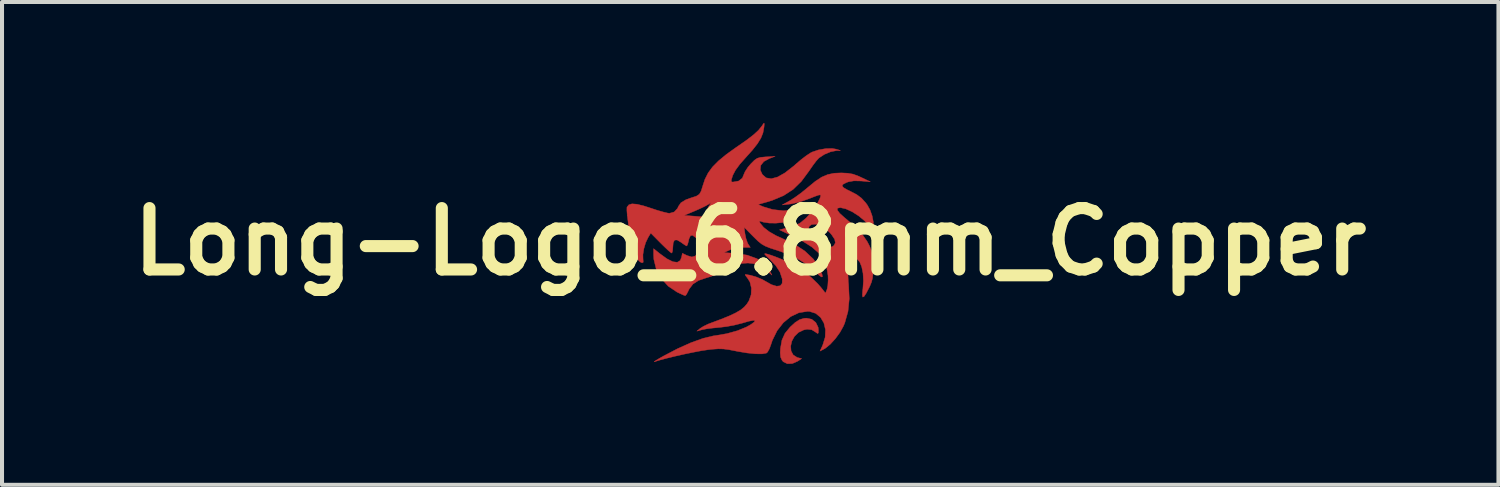
<source format=kicad_pcb>
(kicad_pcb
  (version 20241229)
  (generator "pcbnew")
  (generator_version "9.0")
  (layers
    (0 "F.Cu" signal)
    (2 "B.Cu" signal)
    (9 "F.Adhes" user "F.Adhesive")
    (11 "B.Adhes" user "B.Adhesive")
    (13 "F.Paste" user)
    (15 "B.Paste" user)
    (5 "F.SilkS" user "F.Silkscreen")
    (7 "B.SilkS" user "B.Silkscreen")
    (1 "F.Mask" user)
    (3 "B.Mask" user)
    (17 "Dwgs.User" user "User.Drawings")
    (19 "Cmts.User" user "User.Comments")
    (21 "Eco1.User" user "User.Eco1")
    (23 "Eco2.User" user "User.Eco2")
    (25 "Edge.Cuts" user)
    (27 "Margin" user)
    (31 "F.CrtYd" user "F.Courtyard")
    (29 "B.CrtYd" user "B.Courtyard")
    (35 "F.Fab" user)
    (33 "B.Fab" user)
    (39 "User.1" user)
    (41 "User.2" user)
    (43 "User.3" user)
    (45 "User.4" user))
  (footprint "Long-Logo_6.8mm_Copper"
    (layer "F.Cu")
    (at 15.574 2.95)
    (property "Reference" "Long-Logo_6.8mm_Copper" (at 0 0 0) (layer "F.SilkS") (effects (font (size 1.524 1.524) (thickness 0.3))))
    (attr through_hole)
    (fp_poly (pts (xy 1.526 1.925) (xy 1.628 2.006) (xy 1.686 2.126) (xy 1.693 2.195) (xy 1.69 2.267) (xy 1.67 2.279) (xy 1.632 2.251) (xy 1.526 2.185) (xy 1.412 2.173) (xy 1.328 2.19) (xy 1.198 2.252) (xy 1.098 2.35) (xy 1.033 2.468) (xy 1.004 2.593) (xy 1.014 2.712) (xy 1.066 2.81) (xy 1.164 2.873) (xy 1.185 2.879) (xy 1.276 2.902) (xy 1.176 2.968) (xy 1.045 3.025) (xy 0.921 3.029) (xy 0.821 2.981) (xy 0.79 2.945) (xy 0.754 2.865) (xy 0.744 2.758) (xy 0.75 2.65) (xy 0.787 2.443) (xy 0.863 2.275) (xy 0.991 2.119) (xy 0.992 2.118) (xy 1.119 2.002) (xy 1.227 1.934) (xy 1.335 1.903) (xy 1.394 1.898) (xy 1.526 1.925)) (stroke (width 0.01) (type solid)) (fill yes) (layer "F.Cu"))
    (fp_poly (pts (xy 2.424 -1.7) (xy 2.553 -1.677) (xy 2.683 -1.629) (xy 2.755 -1.596) (xy 2.981 -1.488) (xy 2.752 -1.507) (xy 2.575 -1.511) (xy 2.438 -1.487) (xy 2.388 -1.469) (xy 2.306 -1.427) (xy 2.28 -1.387) (xy 2.315 -1.343) (xy 2.411 -1.287) (xy 2.482 -1.253) (xy 2.642 -1.17) (xy 2.761 -1.081) (xy 2.867 -0.964) (xy 2.903 -0.916) (xy 2.973 -0.791) (xy 3.027 -0.638) (xy 3.056 -0.487) (xy 3.053 -0.364) (xy 3.051 -0.357) (xy 3.036 -0.306) (xy 3.016 -0.301) (xy 2.979 -0.348) (xy 2.947 -0.394) (xy 2.838 -0.52) (xy 2.693 -0.64) (xy 2.532 -0.743) (xy 2.375 -0.815) (xy 2.24 -0.846) (xy 2.231 -0.846) (xy 2.165 -0.831) (xy 2.162 -0.784) (xy 2.221 -0.705) (xy 2.343 -0.595) (xy 2.376 -0.568) (xy 2.603 -0.373) (xy 2.775 -0.19) (xy 2.903 -0.005) (xy 2.959 0.102) (xy 3.006 0.214) (xy 3.034 0.32) (xy 3.048 0.443) (xy 3.052 0.61) (xy 3.052 0.617) (xy 3.049 0.783) (xy 3.036 0.903) (xy 3.01 1.004) (xy 2.966 1.11) (xy 2.954 1.134) (xy 2.878 1.28) (xy 2.825 1.36) (xy 2.793 1.375) (xy 2.783 1.324) (xy 2.791 1.208) (xy 2.796 1.174) (xy 2.81 0.97) (xy 2.8 0.785) (xy 2.768 0.626) (xy 2.719 0.505) (xy 2.654 0.43) (xy 2.578 0.41) (xy 2.538 0.424) (xy 2.475 0.488) (xy 2.437 0.6) (xy 2.424 0.765) (xy 2.434 0.991) (xy 2.441 1.063) (xy 2.458 1.416) (xy 2.427 1.73) (xy 2.347 2.015) (xy 2.313 2.096) (xy 2.228 2.25) (xy 2.114 2.406) (xy 1.987 2.545) (xy 1.865 2.645) (xy 1.829 2.666) (xy 1.732 2.716) (xy 1.8 2.566) (xy 1.86 2.372) (xy 1.868 2.186) (xy 1.828 2.017) (xy 1.745 1.878) (xy 1.625 1.779) (xy 1.472 1.731) (xy 1.423 1.729) (xy 1.208 1.763) (xy 1.005 1.859) (xy 0.821 2.011) (xy 0.667 2.209) (xy 0.55 2.446) (xy 0.517 2.545) (xy 0.476 2.656) (xy 0.432 2.737) (xy 0.403 2.765) (xy 0.294 2.785) (xy 0.13 2.783) (xy -0.077 2.762) (xy -0.314 2.723) (xy -0.356 2.714) (xy -0.53 2.68) (xy -0.666 2.662) (xy -0.791 2.659) (xy -0.935 2.669) (xy -1.05 2.682) (xy -1.205 2.705) (xy -1.404 2.743) (xy -1.628 2.789) (xy -1.859 2.841) (xy -2.076 2.894) (xy -2.26 2.943) (xy -2.381 2.981) (xy -2.383 2.976) (xy -2.333 2.942) (xy -2.239 2.887) (xy -2.152 2.838) (xy -1.798 2.653) (xy -1.469 2.506) (xy -1.173 2.4) (xy -0.917 2.338) (xy -0.854 2.329) (xy -0.578 2.282) (xy -0.316 2.209) (xy -0.09 2.116) (xy 0.017 2.055) (xy 0.1 1.994) (xy 0.118 1.96) (xy 0.073 1.953) (xy -0.035 1.974) (xy -0.201 2.022) (xy -0.379 2.067) (xy -0.584 2.106) (xy -0.772 2.129) (xy -0.776 2.129) (xy -0.932 2.144) (xy -1.077 2.162) (xy -1.183 2.182) (xy -1.199 2.186) (xy -1.323 2.22) (xy -1.243 2.153) (xy -1.161 2.101) (xy -1.048 2.046) (xy -0.996 2.026) (xy -0.729 1.926) (xy -0.52 1.842) (xy -0.361 1.767) (xy -0.241 1.697) (xy -0.152 1.625) (xy -0.084 1.548) (xy -0.033 1.469) (xy 0.022 1.316) (xy 0.029 1.151) (xy -0.008 0.998) (xy -0.072 0.898) (xy -0.117 0.841) (xy -0.124 0.813) (xy -0.121 0.812) (xy 0.004 0.832) (xy 0.155 0.877) (xy 0.298 0.937) (xy 0.367 0.976) (xy 0.527 1.066) (xy 0.655 1.105) (xy 0.745 1.094) (xy 0.793 1.034) (xy 0.795 0.926) (xy 0.794 0.922) (xy 0.738 0.754) (xy 0.631 0.589) (xy 0.476 0.427) (xy 0.392 0.348) (xy 0.357 0.307) (xy 0.366 0.295) (xy 0.414 0.304) (xy 0.415 0.304) (xy 0.526 0.338) (xy 0.676 0.394) (xy 0.841 0.462) (xy 0.999 0.533) (xy 1.125 0.596) (xy 1.164 0.619) (xy 1.337 0.74) (xy 1.514 0.887) (xy 1.67 1.038) (xy 1.753 1.132) (xy 1.868 1.278) (xy 1.908 1.177) (xy 1.926 1.087) (xy 1.934 0.957) (xy 1.931 0.84) (xy 1.897 0.631) (xy 1.823 0.447) (xy 1.703 0.283) (xy 1.529 0.131) (xy 1.297 -0.016) (xy 1.075 -0.129) (xy 0.726 -0.294) (xy 0.781 -0.309) (xy 1.445 -0.309) (xy 1.474 -0.207) (xy 1.56 -0.084) (xy 1.683 0.029) (xy 1.813 0.105) (xy 1.936 0.138) (xy 2.037 0.124) (xy 2.074 0.099) (xy 2.113 0.028) (xy 2.096 -0.06) (xy 2.021 -0.173) (xy 1.972 -0.23) (xy 1.846 -0.341) (xy 1.723 -0.408) (xy 1.613 -0.436) (xy 1.523 -0.426) (xy 1.464 -0.383) (xy 1.445 -0.309) (xy 0.781 -0.309) (xy 0.943 -0.353) (xy 1.072 -0.393) (xy 1.184 -0.436) (xy 1.241 -0.466) (xy 1.385 -0.584) (xy 1.526 -0.74) (xy 1.647 -0.911) (xy 1.73 -1.075) (xy 1.743 -1.115) (xy 1.75 -1.149) (xy 1.737 -1.163) (xy 1.692 -1.156) (xy 1.605 -1.125) (xy 1.474 -1.073) (xy 1.313 -1.016) (xy 1.149 -0.968) (xy 1.012 -0.938) (xy 0.988 -0.935) (xy 0.794 -0.913) (xy 0.988 -1.021) (xy 1.107 -1.097) (xy 1.252 -1.202) (xy 1.394 -1.316) (xy 1.429 -1.346) (xy 1.614 -1.498) (xy 1.773 -1.603) (xy 1.923 -1.667) (xy 2.081 -1.7) (xy 2.261 -1.708) (xy 2.424 -1.7)) (stroke (width 0.01) (type solid)) (fill yes) (layer "F.Cu"))
    (fp_poly (pts (xy 0.349 -2.928) (xy 0.343 -2.851) (xy 0.341 -2.836) (xy 0.316 -2.701) (xy 0.264 -2.571) (xy 0.179 -2.433) (xy 0.053 -2.273) (xy -0.09 -2.114) (xy -0.256 -1.927) (xy -0.368 -1.774) (xy -0.432 -1.652) (xy -0.435 -1.643) (xy -0.466 -1.546) (xy -0.471 -1.499) (xy -0.451 -1.483) (xy -0.423 -1.482) (xy -0.287 -1.507) (xy -0.196 -1.579) (xy -0.164 -1.657) (xy -0.128 -1.741) (xy -0.058 -1.848) (xy 0.012 -1.93) (xy 0.101 -2.02) (xy 0.172 -2.07) (xy 0.253 -2.094) (xy 0.372 -2.105) (xy 0.392 -2.106) (xy 0.617 -2.119) (xy 0.477 -2.066) (xy 0.337 -1.99) (xy 0.26 -1.893) (xy 0.249 -1.781) (xy 0.3 -1.669) (xy 0.396 -1.585) (xy 0.523 -1.564) (xy 0.68 -1.606) (xy 0.865 -1.711) (xy 1.08 -1.879) (xy 1.129 -1.923) (xy 1.258 -2.033) (xy 1.387 -2.132) (xy 1.494 -2.203) (xy 1.535 -2.225) (xy 1.696 -2.279) (xy 1.872 -2.31) (xy 2.036 -2.314) (xy 2.134 -2.297) (xy 2.24 -2.264) (xy 2.142 -2.261) (xy 2 -2.234) (xy 1.845 -2.17) (xy 1.713 -2.084) (xy 1.698 -2.071) (xy 1.638 -2.004) (xy 1.557 -1.897) (xy 1.472 -1.774) (xy 1.46 -1.756) (xy 1.269 -1.498) (xy 1.064 -1.298) (xy 0.827 -1.144) (xy 0.545 -1.026) (xy 0.411 -0.985) (xy 0.194 -0.924) (xy 0.321 -0.869) (xy 0.559 -0.798) (xy 0.822 -0.769) (xy 1.084 -0.784) (xy 1.315 -0.843) (xy 1.381 -0.865) (xy 1.395 -0.853) (xy 1.376 -0.812) (xy 1.3 -0.72) (xy 1.178 -0.625) (xy 1.032 -0.544) (xy 0.954 -0.512) (xy 0.811 -0.478) (xy 0.64 -0.461) (xy 0.471 -0.463) (xy 0.332 -0.484) (xy 0.301 -0.493) (xy 0.239 -0.513) (xy 0.229 -0.497) (xy 0.246 -0.461) (xy 0.331 -0.357) (xy 0.469 -0.249) (xy 0.646 -0.148) (xy 0.777 -0.09) (xy 1.09 0.057) (xy 1.354 0.231) (xy 1.564 0.428) (xy 1.711 0.642) (xy 1.732 0.686) (xy 1.782 0.807) (xy 1.793 0.87) (xy 1.765 0.875) (xy 1.696 0.822) (xy 1.62 0.748) (xy 1.413 0.569) (xy 1.165 0.416) (xy 0.866 0.283) (xy 0.653 0.209) (xy 0.489 0.156) (xy 0.373 0.109) (xy 0.282 0.057) (xy 0.195 -0.013) (xy 0.092 -0.113) (xy 0.074 -0.131) (xy -0.152 -0.36) (xy -0.129 -0.191) (xy -0.103 -0.071) (xy -0.067 0.031) (xy -0.052 0.059) (xy 0.002 0.141) (xy -0.184 0.142) (xy -0.325 0.156) (xy -0.464 0.189) (xy -0.512 0.207) (xy -0.653 0.27) (xy -0.366 0.29) (xy -0.074 0.334) (xy 0.165 0.42) (xy 0.35 0.546) (xy 0.479 0.713) (xy 0.484 0.723) (xy 0.538 0.829) (xy 0.454 0.753) (xy 0.273 0.618) (xy 0.094 0.546) (xy -0.056 0.529) (xy -0.224 0.541) (xy -0.379 0.58) (xy -0.547 0.656) (xy -0.67 0.726) (xy -0.817 0.8) (xy -0.987 0.866) (xy -1.093 0.898) (xy -1.285 0.963) (xy -1.422 1.052) (xy -1.516 1.175) (xy -1.54 1.226) (xy -1.579 1.302) (xy -1.611 1.339) (xy -1.614 1.34) (xy -1.658 1.325) (xy -1.743 1.286) (xy -1.817 1.251) (xy -2.036 1.104) (xy -2.21 0.912) (xy -2.332 0.686) (xy -2.393 0.437) (xy -2.399 0.329) (xy -2.399 0.172) (xy -2.249 0.293) (xy -2.068 0.424) (xy -1.922 0.497) (xy -1.811 0.511) (xy -1.738 0.467) (xy -1.706 0.388) (xy -1.685 0.287) (xy -1.569 0.343) (xy -1.45 0.379) (xy -1.364 0.355) (xy -1.307 0.27) (xy -1.257 0.197) (xy -1.173 0.123) (xy -1.148 0.107) (xy -1.045 0.022) (xy -0.964 -0.083) (xy -0.92 -0.185) (xy -0.917 -0.213) (xy -0.94 -0.219) (xy -0.998 -0.184) (xy -1.023 -0.164) (xy -1.142 -0.078) (xy -1.236 -0.049) (xy -1.318 -0.074) (xy -1.359 -0.106) (xy -1.433 -0.159) (xy -1.484 -0.149) (xy -1.519 -0.075) (xy -1.532 -0.018) (xy -1.553 0.063) (xy -1.574 0.105) (xy -1.577 0.106) (xy -1.616 0.086) (xy -1.688 0.037) (xy -1.719 0.014) (xy -1.815 -0.043) (xy -1.878 -0.04) (xy -1.912 0.026) (xy -1.921 0.142) (xy -1.928 0.23) (xy -1.944 0.279) (xy -1.95 0.282) (xy -1.986 0.259) (xy -2.058 0.195) (xy -2.155 0.102) (xy -2.224 0.034) (xy -2.469 -0.214) (xy -2.538 -0.1) (xy -2.597 0.025) (xy -2.641 0.175) (xy -2.664 0.322) (xy -2.661 0.436) (xy -2.66 0.443) (xy -2.656 0.509) (xy -2.685 0.526) (xy -2.736 0.5) (xy -2.798 0.436) (xy -2.861 0.342) (xy -2.874 0.318) (xy -2.933 0.215) (xy -2.996 0.129) (xy -3.002 0.122) (xy -3.042 0.065) (xy -3.049 0.000048) (xy -3.029 -0.09) (xy -3.01 -0.196) (xy -3.012 -0.327) (xy -3.033 -0.502) (xy -3.035 -0.517) (xy -3.053 -0.653) (xy -1.64 -0.653) (xy -1.376 -0.633) (xy -1.245 -0.622) (xy -1.142 -0.613) (xy -1.087 -0.607) (xy -1.084 -0.606) (xy -1.071 -0.63) (xy -1.078 -0.685) (xy -1.072 -0.792) (xy -1.035 -0.87) (xy -0.97 -0.97) (xy -1.058 -0.916) (xy -1.134 -0.875) (xy -1.251 -0.819) (xy -1.385 -0.76) (xy -1.393 -0.757) (xy -1.64 -0.653) (xy -3.053 -0.653) (xy -3.053 -0.657) (xy -3.062 -0.775) (xy -3.061 -0.85) (xy -3.058 -0.86) (xy -3.014 -0.916) (xy -2.934 -0.94) (xy -2.81 -0.93) (xy -2.637 -0.887) (xy -2.472 -0.834) (xy -2.312 -0.781) (xy -2.167 -0.739) (xy -2.056 -0.712) (xy -2.005 -0.705) (xy -1.888 -0.738) (xy -1.804 -0.828) (xy -1.782 -0.879) (xy -1.72 -0.967) (xy -1.596 -1.043) (xy -1.461 -1.091) (xy -1.338 -1.13) (xy -1.264 -1.178) (xy -1.219 -1.255) (xy -1.183 -1.371) (xy -1.125 -1.548) (xy -1.045 -1.707) (xy -0.935 -1.857) (xy -0.787 -2.007) (xy -0.593 -2.167) (xy -0.345 -2.345) (xy -0.279 -2.39) (xy -0.069 -2.537) (xy 0.089 -2.66) (xy 0.205 -2.767) (xy 0.287 -2.868) (xy 0.315 -2.91) (xy 0.34 -2.945) (xy 0.349 -2.928)) (stroke (width 0.01) (type solid)) (fill yes) (layer "F.Cu")))
  (gr_rect
    (start -3 -3)
    (end 34.148 8.985)
    (stroke (width 0.1) (type default))
    (fill no)
    (layer "Edge.Cuts")))
</source>
